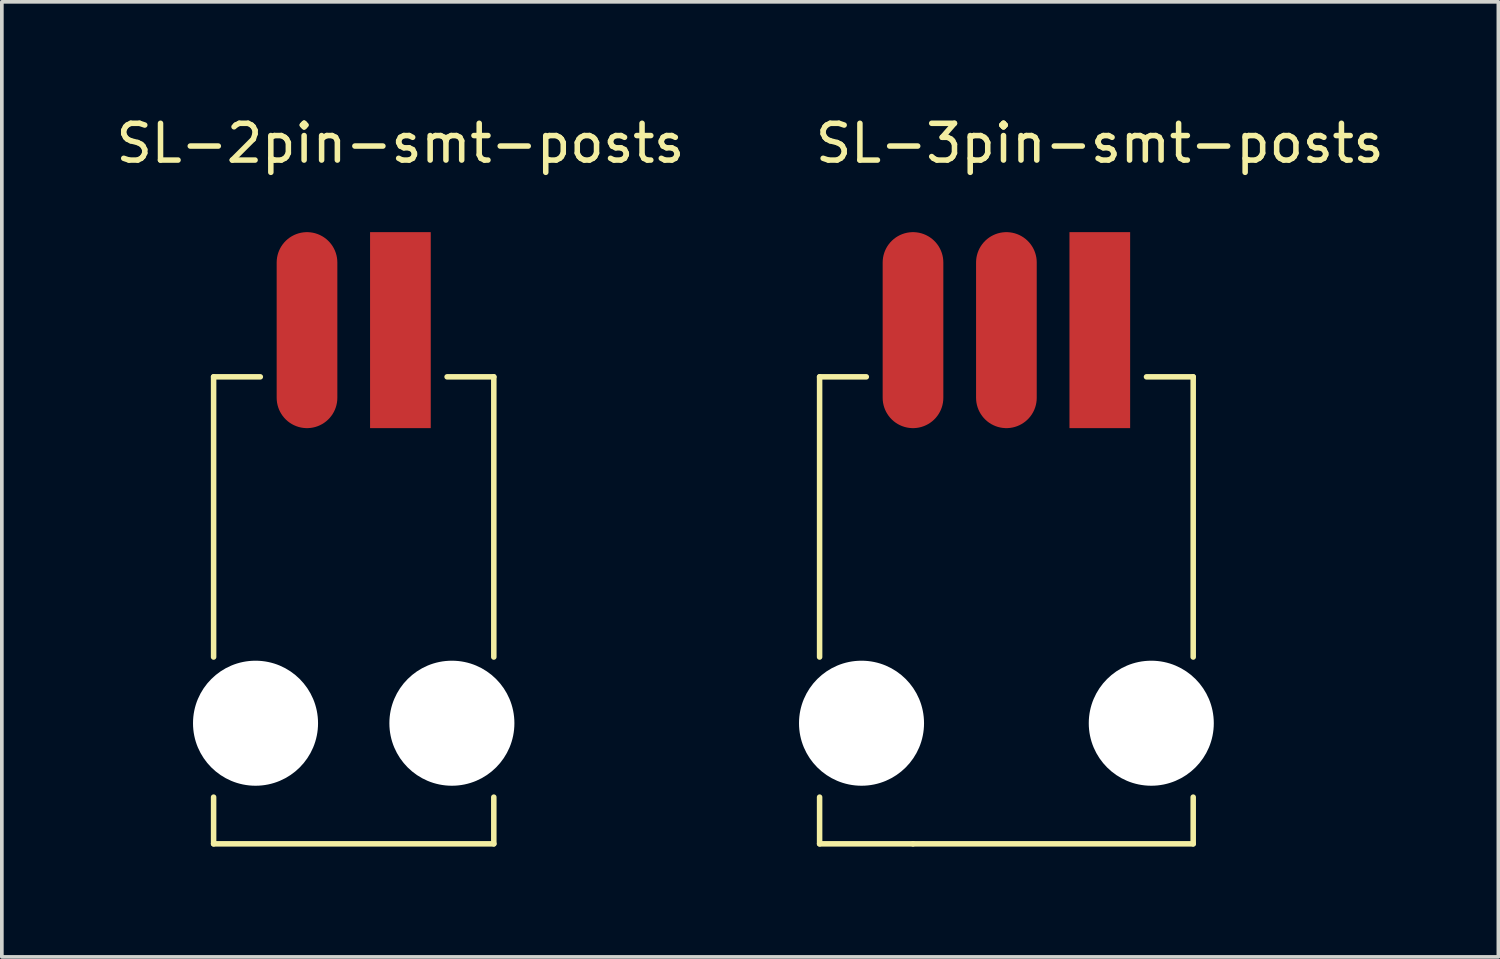
<source format=kicad_pcb>
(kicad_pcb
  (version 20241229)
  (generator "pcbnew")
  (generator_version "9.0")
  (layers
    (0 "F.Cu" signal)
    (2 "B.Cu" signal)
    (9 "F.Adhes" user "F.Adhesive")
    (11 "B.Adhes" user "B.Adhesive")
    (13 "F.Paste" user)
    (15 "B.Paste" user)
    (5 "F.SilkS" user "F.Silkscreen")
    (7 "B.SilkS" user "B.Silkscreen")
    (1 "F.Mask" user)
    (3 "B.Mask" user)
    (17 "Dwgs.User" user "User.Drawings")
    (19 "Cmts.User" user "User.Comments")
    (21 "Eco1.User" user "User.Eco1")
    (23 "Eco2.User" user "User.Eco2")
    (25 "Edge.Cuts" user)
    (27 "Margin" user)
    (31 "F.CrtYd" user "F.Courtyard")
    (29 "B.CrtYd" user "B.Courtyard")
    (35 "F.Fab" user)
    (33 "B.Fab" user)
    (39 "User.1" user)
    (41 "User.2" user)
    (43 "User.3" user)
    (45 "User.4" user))
  (footprint "SL-3pin-smt-posts"
    (layer "F.Cu")
    (at 26.859 5.928)
    (property "Reference" "SL-3pin-smt-posts" (at 0 -5.08 0) (layer "F.SilkS") (effects (font (size 1 1) (thickness 0.15))))
    (attr through_hole)
    (fp_line (start -7.62 1.27) (end -7.62 8.89) (stroke (width 0.15) (type solid)) (layer "F.SilkS"))
    (fp_line (start -7.62 1.27) (end -6.35 1.27) (stroke (width 0.15) (type solid)) (layer "F.SilkS"))
    (fp_line (start -7.62 12.7) (end -7.62 13.97) (stroke (width 0.15) (type solid)) (layer "F.SilkS"))
    (fp_line (start -5.08 13.97) (end -7.62 13.97) (stroke (width 0.15) (type solid)) (layer "F.SilkS"))
    (fp_line (start -5.08 13.97) (end 2.54 13.97) (stroke (width 0.15) (type solid)) (layer "F.SilkS"))
    (fp_line (start 2.54 1.27) (end 1.27 1.27) (stroke (width 0.15) (type solid)) (layer "F.SilkS"))
    (fp_line (start 2.54 8.89) (end 2.54 1.27) (stroke (width 0.15) (type solid)) (layer "F.SilkS"))
    (fp_line (start 2.54 13.97) (end 2.54 12.7) (stroke (width 0.15) (type solid)) (layer "F.SilkS"))
    (pad "" np_thru_hole circle (at -6.48 10.69) (size 3.4 3.4) (drill 3.4) (layers "*.Cu" "*.Mask"))
    (pad "" np_thru_hole circle (at 1.4 10.69) (size 3.4 3.4) (drill 3.4) (layers "*.Cu" "*.Mask"))
    (pad "1" smd rect (at 0 0) (size 1.65 5.33) (layers "F.Cu" "F.Mask" "F.Paste"))
    (pad "2" smd oval (at -2.54 0) (size 1.65 5.33) (layers "F.Cu" "F.Mask" "F.Paste"))
    (pad "3" smd oval (at -5.08 0) (size 1.65 5.33) (layers "F.Cu" "F.Mask" "F.Paste")))
  (footprint "SL-2pin-smt-posts"
    (layer "F.Cu")
    (at 7.839 5.928)
    (property "Reference" "SL-2pin-smt-posts" (at 0 -5.08 0) (layer "F.SilkS") (effects (font (size 1 1) (thickness 0.15))))
    (attr through_hole)
    (fp_line (start -5.08 1.27) (end -5.08 8.89) (stroke (width 0.15) (type solid)) (layer "F.SilkS"))
    (fp_line (start -5.08 1.27) (end -3.81 1.27) (stroke (width 0.15) (type solid)) (layer "F.SilkS"))
    (fp_line (start -5.08 12.7) (end -5.08 13.97) (stroke (width 0.15) (type solid)) (layer "F.SilkS"))
    (fp_line (start -5.08 13.97) (end 2.54 13.97) (stroke (width 0.15) (type solid)) (layer "F.SilkS"))
    (fp_line (start 2.54 1.27) (end 1.27 1.27) (stroke (width 0.15) (type solid)) (layer "F.SilkS"))
    (fp_line (start 2.54 8.89) (end 2.54 1.27) (stroke (width 0.15) (type solid)) (layer "F.SilkS"))
    (fp_line (start 2.54 13.97) (end 2.54 12.7) (stroke (width 0.15) (type solid)) (layer "F.SilkS"))
    (pad "" np_thru_hole circle (at -3.94 10.69) (size 3.4 3.4) (drill 3.4) (layers "*.Cu" "*.Mask"))
    (pad "" np_thru_hole circle (at 1.4 10.69) (size 3.4 3.4) (drill 3.4) (layers "*.Cu" "*.Mask"))
    (pad "1" smd rect (at 0 0) (size 1.65 5.33) (layers "F.Cu" "F.Mask" "F.Paste"))
    (pad "2" smd oval (at -2.54 0) (size 1.65 5.33) (layers "F.Cu" "F.Mask" "F.Paste")))
  (gr_rect
    (start -3 -3)
    (end 37.698 22.973)
    (stroke (width 0.1) (type default))
    (fill no)
    (layer "Edge.Cuts")))
</source>
